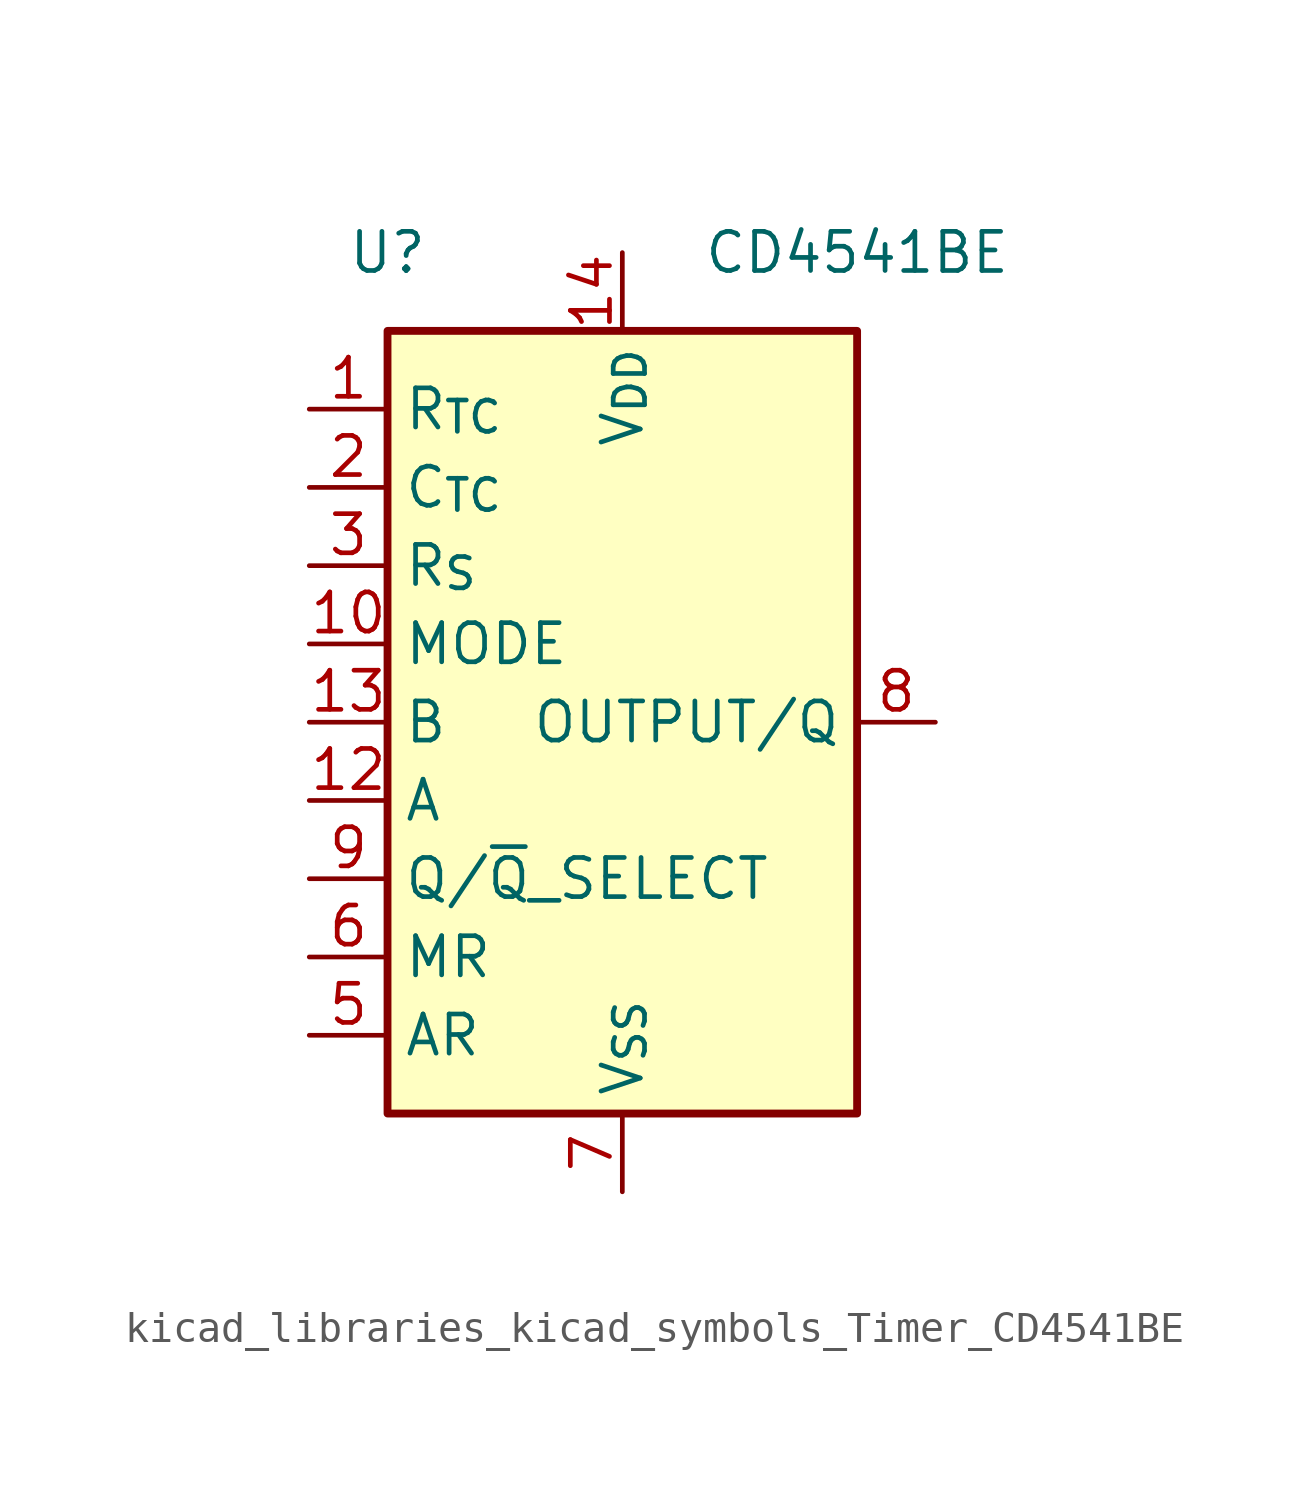
<source format=kicad_sym>
(kicad_symbol_lib
  (version 20220914)
  (generator kicad_symbol_editor)
  (symbol "kicad_libraries_kicad_symbols_Timer_CD4541BE"
    (property "Reference" "U"
      (at -7.62 15.24 0)
      (effects (font (size 1.27 1.27))))
    (property "Value" "CD4541BE"
      (at 7.62 15.24 0)
      (effects (font (size 1.27 1.27))))
    (symbol "kicad_libraries_kicad_symbols_Timer_CD4541BE_0_0"
      (pin input line (at -10.16 10.16 0) (length 2.54) (name "R_{TC}" (effects (font (size 1.27 1.27)))) (number "1" (effects (font (size 1.27 1.27)))))
      (pin input line (at -10.16 2.54 0) (length 2.54) (name "MODE" (effects (font (size 1.27 1.27)))) (number "10" (effects (font (size 1.27 1.27)))))
      (pin no_connect line (at 7.62 -7.62 180) (length 2.54) hide (name "NC" (effects (font (size 1.27 1.27)))) (number "11" (effects (font (size 1.27 1.27)))))
      (pin input line (at -10.16 -2.54 0) (length 2.54) (name "A" (effects (font (size 1.27 1.27)))) (number "12" (effects (font (size 1.27 1.27)))))
      (pin input line (at -10.16 0 0) (length 2.54) (name "B" (effects (font (size 1.27 1.27)))) (number "13" (effects (font (size 1.27 1.27)))))
      (pin power_in line (at 0 15.24 270) (length 2.54) (name "V_{DD}" (effects (font (size 1.27 1.27)))) (number "14" (effects (font (size 1.27 1.27)))))
      (pin input line (at -10.16 7.62 0) (length 2.54) (name "C_{TC}" (effects (font (size 1.27 1.27)))) (number "2" (effects (font (size 1.27 1.27)))))
      (pin input line (at -10.16 5.08 0) (length 2.54) (name "R_{S}" (effects (font (size 1.27 1.27)))) (number "3" (effects (font (size 1.27 1.27)))))
      (pin no_connect line (at 7.62 -5.08 180) (length 2.54) hide (name "NC" (effects (font (size 1.27 1.27)))) (number "4" (effects (font (size 1.27 1.27)))))
      (pin input line (at -10.16 -10.16 0) (length 2.54) (name "AR" (effects (font (size 1.27 1.27)))) (number "5" (effects (font (size 1.27 1.27)))))
      (pin input line (at -10.16 -7.62 0) (length 2.54) (name "MR" (effects (font (size 1.27 1.27)))) (number "6" (effects (font (size 1.27 1.27)))))
      (pin power_in line (at 0 -15.24 90) (length 2.54) (name "V_{SS}" (effects (font (size 1.27 1.27)))) (number "7" (effects (font (size 1.27 1.27)))))
      (pin output line (at 10.16 0 180) (length 2.54) (name "OUTPUT/Q" (effects (font (size 1.27 1.27)))) (number "8" (effects (font (size 1.27 1.27)))))
      (pin input line (at -10.16 -5.08 0) (length 2.54) (name "Q/~{Q}_SELECT" (effects (font (size 1.27 1.27)))) (number "9" (effects (font (size 1.27 1.27))))))
    (symbol "kicad_libraries_kicad_symbols_Timer_CD4541BE_0_1"
      (rectangle (start 7.62 -12.7) (end -7.62 12.7) (stroke (width 0.254) (type default)) (fill (type background))))))
</source>
